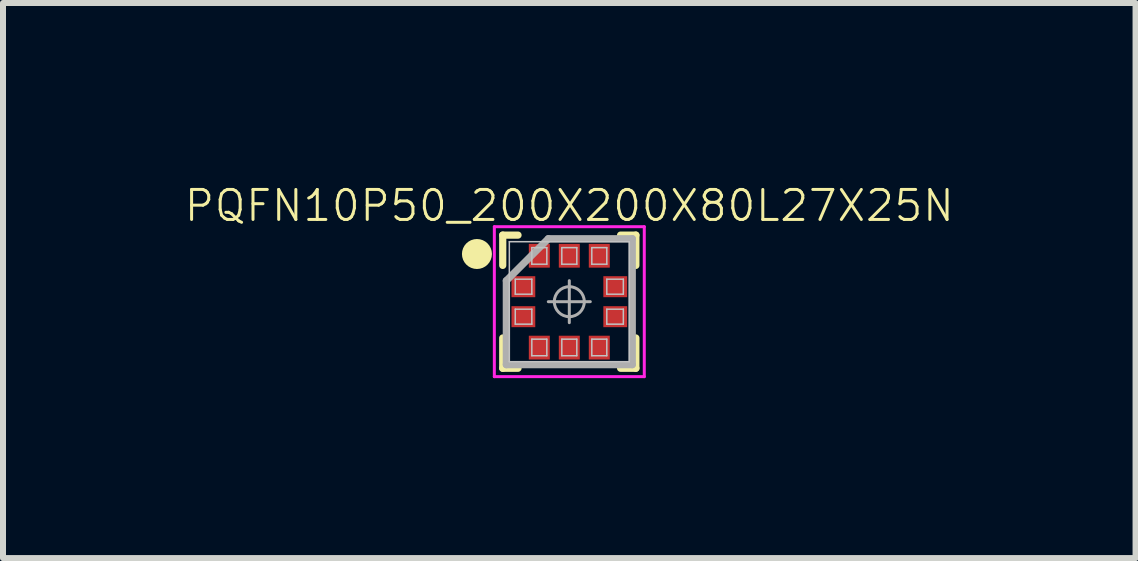
<source format=kicad_pcb>
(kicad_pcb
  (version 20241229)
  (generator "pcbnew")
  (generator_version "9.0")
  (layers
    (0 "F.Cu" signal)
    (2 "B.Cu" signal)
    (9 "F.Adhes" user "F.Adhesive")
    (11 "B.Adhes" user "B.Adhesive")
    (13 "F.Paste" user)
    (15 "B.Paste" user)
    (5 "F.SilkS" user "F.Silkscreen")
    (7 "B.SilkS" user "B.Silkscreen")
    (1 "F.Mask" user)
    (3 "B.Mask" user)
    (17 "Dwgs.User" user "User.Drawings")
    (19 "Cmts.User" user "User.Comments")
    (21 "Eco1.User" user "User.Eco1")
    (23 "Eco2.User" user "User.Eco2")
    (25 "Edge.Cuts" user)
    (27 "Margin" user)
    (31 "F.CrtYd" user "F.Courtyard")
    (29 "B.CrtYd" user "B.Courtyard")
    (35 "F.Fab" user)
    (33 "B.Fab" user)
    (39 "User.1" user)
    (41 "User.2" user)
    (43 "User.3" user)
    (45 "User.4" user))
  (footprint "PQFN10P50_200X200X80L27X25N"
    (layer "F.Cu")
    (at 6.442 1.98)
    (property "Reference" "PQFN10P50_200X200X80L27X25N" (at 0 -1.6 0) (layer "F.SilkS") (effects (font (size 0.5 0.5) (thickness 0.05))))
    (attr smd)
    (fp_line (start -1.11 -1.11) (end -0.855 -1.11) (stroke (width 0.12) (type solid)) (layer "F.SilkS"))
    (fp_line (start -1.11 -0.605) (end -1.11 -1.11) (stroke (width 0.12) (type solid)) (layer "F.SilkS"))
    (fp_line (start -1.11 0.605) (end -1.11 1.11) (stroke (width 0.12) (type solid)) (layer "F.SilkS"))
    (fp_line (start -1.11 1.11) (end -0.855 1.11) (stroke (width 0.12) (type solid)) (layer "F.SilkS"))
    (fp_line (start 1.11 -1.11) (end 0.855 -1.11) (stroke (width 0.12) (type solid)) (layer "F.SilkS"))
    (fp_line (start 1.11 -0.605) (end 1.11 -1.11) (stroke (width 0.12) (type solid)) (layer "F.SilkS"))
    (fp_line (start 1.11 0.605) (end 1.11 1.11) (stroke (width 0.12) (type solid)) (layer "F.SilkS"))
    (fp_line (start 1.11 1.11) (end 0.855 1.11) (stroke (width 0.12) (type solid)) (layer "F.SilkS"))
    (fp_circle (center -1.54 -0.795) (end -1.54 -0.67) (stroke (width 0.25) (type solid)) (fill no) (layer "F.SilkS"))
    (fp_line (start -1 -1) (end 1 -1) (stroke (width 0.025) (type solid)) (layer "Dwgs.User"))
    (fp_line (start -1 1) (end -1 -1) (stroke (width 0.025) (type solid)) (layer "Dwgs.User"))
    (fp_line (start -0.901 -0.375) (end -0.625 -0.375) (stroke (width 0.025) (type solid)) (layer "Dwgs.User"))
    (fp_line (start -0.901 -0.125) (end -0.901 -0.375) (stroke (width 0.025) (type solid)) (layer "Dwgs.User"))
    (fp_line (start -0.901 0.125) (end -0.625 0.125) (stroke (width 0.025) (type solid)) (layer "Dwgs.User"))
    (fp_line (start -0.901 0.375) (end -0.901 0.125) (stroke (width 0.025) (type solid)) (layer "Dwgs.User"))
    (fp_line (start -0.625 -0.901) (end -0.375 -0.901) (stroke (width 0.025) (type solid)) (layer "Dwgs.User"))
    (fp_line (start -0.625 -0.625) (end -0.625 -0.901) (stroke (width 0.025) (type solid)) (layer "Dwgs.User"))
    (fp_line (start -0.625 -0.375) (end -0.625 -0.125) (stroke (width 0.025) (type solid)) (layer "Dwgs.User"))
    (fp_line (start -0.625 -0.125) (end -0.901 -0.125) (stroke (width 0.025) (type solid)) (layer "Dwgs.User"))
    (fp_line (start -0.625 0.125) (end -0.625 0.375) (stroke (width 0.025) (type solid)) (layer "Dwgs.User"))
    (fp_line (start -0.625 0.375) (end -0.901 0.375) (stroke (width 0.025) (type solid)) (layer "Dwgs.User"))
    (fp_line (start -0.625 0.625) (end -0.375 0.625) (stroke (width 0.025) (type solid)) (layer "Dwgs.User"))
    (fp_line (start -0.625 0.901) (end -0.625 0.625) (stroke (width 0.025) (type solid)) (layer "Dwgs.User"))
    (fp_line (start -0.375 -0.901) (end -0.375 -0.625) (stroke (width 0.025) (type solid)) (layer "Dwgs.User"))
    (fp_line (start -0.375 -0.625) (end -0.625 -0.625) (stroke (width 0.025) (type solid)) (layer "Dwgs.User"))
    (fp_line (start -0.375 0.625) (end -0.375 0.901) (stroke (width 0.025) (type solid)) (layer "Dwgs.User"))
    (fp_line (start -0.375 0.901) (end -0.625 0.901) (stroke (width 0.025) (type solid)) (layer "Dwgs.User"))
    (fp_line (start -0.125 -0.901) (end 0.125 -0.901) (stroke (width 0.025) (type solid)) (layer "Dwgs.User"))
    (fp_line (start -0.125 -0.625) (end -0.125 -0.901) (stroke (width 0.025) (type solid)) (layer "Dwgs.User"))
    (fp_line (start -0.125 0.625) (end 0.125 0.625) (stroke (width 0.025) (type solid)) (layer "Dwgs.User"))
    (fp_line (start -0.125 0.901) (end -0.125 0.625) (stroke (width 0.025) (type solid)) (layer "Dwgs.User"))
    (fp_line (start 0.125 -0.901) (end 0.125 -0.625) (stroke (width 0.025) (type solid)) (layer "Dwgs.User"))
    (fp_line (start 0.125 -0.625) (end -0.125 -0.625) (stroke (width 0.025) (type solid)) (layer "Dwgs.User"))
    (fp_line (start 0.125 0.625) (end 0.125 0.901) (stroke (width 0.025) (type solid)) (layer "Dwgs.User"))
    (fp_line (start 0.125 0.901) (end -0.125 0.901) (stroke (width 0.025) (type solid)) (layer "Dwgs.User"))
    (fp_line (start 0.375 -0.901) (end 0.625 -0.901) (stroke (width 0.025) (type solid)) (layer "Dwgs.User"))
    (fp_line (start 0.375 -0.625) (end 0.375 -0.901) (stroke (width 0.025) (type solid)) (layer "Dwgs.User"))
    (fp_line (start 0.375 0.625) (end 0.625 0.625) (stroke (width 0.025) (type solid)) (layer "Dwgs.User"))
    (fp_line (start 0.375 0.901) (end 0.375 0.625) (stroke (width 0.025) (type solid)) (layer "Dwgs.User"))
    (fp_line (start 0.625 -0.901) (end 0.625 -0.625) (stroke (width 0.025) (type solid)) (layer "Dwgs.User"))
    (fp_line (start 0.625 -0.625) (end 0.375 -0.625) (stroke (width 0.025) (type solid)) (layer "Dwgs.User"))
    (fp_line (start 0.625 -0.375) (end 0.901 -0.375) (stroke (width 0.025) (type solid)) (layer "Dwgs.User"))
    (fp_line (start 0.625 -0.125) (end 0.625 -0.375) (stroke (width 0.025) (type solid)) (layer "Dwgs.User"))
    (fp_line (start 0.625 0.125) (end 0.901 0.125) (stroke (width 0.025) (type solid)) (layer "Dwgs.User"))
    (fp_line (start 0.625 0.375) (end 0.625 0.125) (stroke (width 0.025) (type solid)) (layer "Dwgs.User"))
    (fp_line (start 0.625 0.625) (end 0.625 0.901) (stroke (width 0.025) (type solid)) (layer "Dwgs.User"))
    (fp_line (start 0.625 0.901) (end 0.375 0.901) (stroke (width 0.025) (type solid)) (layer "Dwgs.User"))
    (fp_line (start 0.901 -0.375) (end 0.901 -0.125) (stroke (width 0.025) (type solid)) (layer "Dwgs.User"))
    (fp_line (start 0.901 -0.125) (end 0.625 -0.125) (stroke (width 0.025) (type solid)) (layer "Dwgs.User"))
    (fp_line (start 0.901 0.125) (end 0.901 0.375) (stroke (width 0.025) (type solid)) (layer "Dwgs.User"))
    (fp_line (start 0.901 0.375) (end 0.625 0.375) (stroke (width 0.025) (type solid)) (layer "Dwgs.User"))
    (fp_line (start 1 -1) (end 1 1) (stroke (width 0.025) (type solid)) (layer "Dwgs.User"))
    (fp_line (start 1 1) (end -1 1) (stroke (width 0.025) (type solid)) (layer "Dwgs.User"))
    (fp_line (start -1.25 -1.25) (end -1.25 1.25) (stroke (width 0.05) (type solid)) (layer "F.CrtYd"))
    (fp_line (start -1.25 1.25) (end 1.25 1.25) (stroke (width 0.05) (type solid)) (layer "F.CrtYd"))
    (fp_line (start 1.25 -1.25) (end -1.25 -1.25) (stroke (width 0.05) (type solid)) (layer "F.CrtYd"))
    (fp_line (start 1.25 1.25) (end 1.25 -1.25) (stroke (width 0.05) (type solid)) (layer "F.CrtYd"))
    (fp_line (start -1.05 -0.35) (end -0.35 -1.05) (stroke (width 0.12) (type solid)) (layer "F.Fab"))
    (fp_line (start -1.05 1.05) (end -1.05 -0.35) (stroke (width 0.12) (type solid)) (layer "F.Fab"))
    (fp_line (start -0.35 -1.05) (end 1.05 -1.05) (stroke (width 0.12) (type solid)) (layer "F.Fab"))
    (fp_line (start 0 -0.35) (end 0 0.35) (stroke (width 0.05) (type solid)) (layer "F.Fab"))
    (fp_line (start 0.35 0) (end -0.35 0) (stroke (width 0.05) (type solid)) (layer "F.Fab"))
    (fp_line (start 1.05 -1.05) (end 1.05 1.05) (stroke (width 0.12) (type solid)) (layer "F.Fab"))
    (fp_line (start 1.05 1.05) (end -1.05 1.05) (stroke (width 0.12) (type solid)) (layer "F.Fab"))
    (fp_circle (center 0 0) (end 0.25 0) (stroke (width 0.05) (type solid)) (fill no) (layer "F.Fab"))
    (pad "1" smd rect (at -0.766 -0.25) (size 0.397 0.35) (layers "F.Cu" "F.Mask" "F.Paste"))
    (pad "2" smd rect (at -0.766 0.25) (size 0.397 0.35) (layers "F.Cu" "F.Mask" "F.Paste"))
    (pad "3" smd rect (at -0.5 0.766 90) (size 0.397 0.35) (layers "F.Cu" "F.Mask" "F.Paste"))
    (pad "4" smd rect (at 0 0.766 90) (size 0.397 0.35) (layers "F.Cu" "F.Mask" "F.Paste"))
    (pad "5" smd rect (at 0.5 0.766 90) (size 0.397 0.35) (layers "F.Cu" "F.Mask" "F.Paste"))
    (pad "6" smd rect (at 0.766 0.25) (size 0.397 0.35) (layers "F.Cu" "F.Mask" "F.Paste"))
    (pad "7" smd rect (at 0.766 -0.25) (size 0.397 0.35) (layers "F.Cu" "F.Mask" "F.Paste"))
    (pad "8" smd rect (at 0.5 -0.766 90) (size 0.397 0.35) (layers "F.Cu" "F.Mask" "F.Paste"))
    (pad "9" smd rect (at 0 -0.766 90) (size 0.397 0.35) (layers "F.Cu" "F.Mask" "F.Paste"))
    (pad "10" smd rect (at -0.5 -0.766 90) (size 0.397 0.35) (layers "F.Cu" "F.Mask" "F.Paste")))
  (gr_rect
    (start -3 -3)
    (end 15.883 6.255)
    (stroke (width 0.1) (type default))
    (fill no)
    (layer "Edge.Cuts")))
</source>
